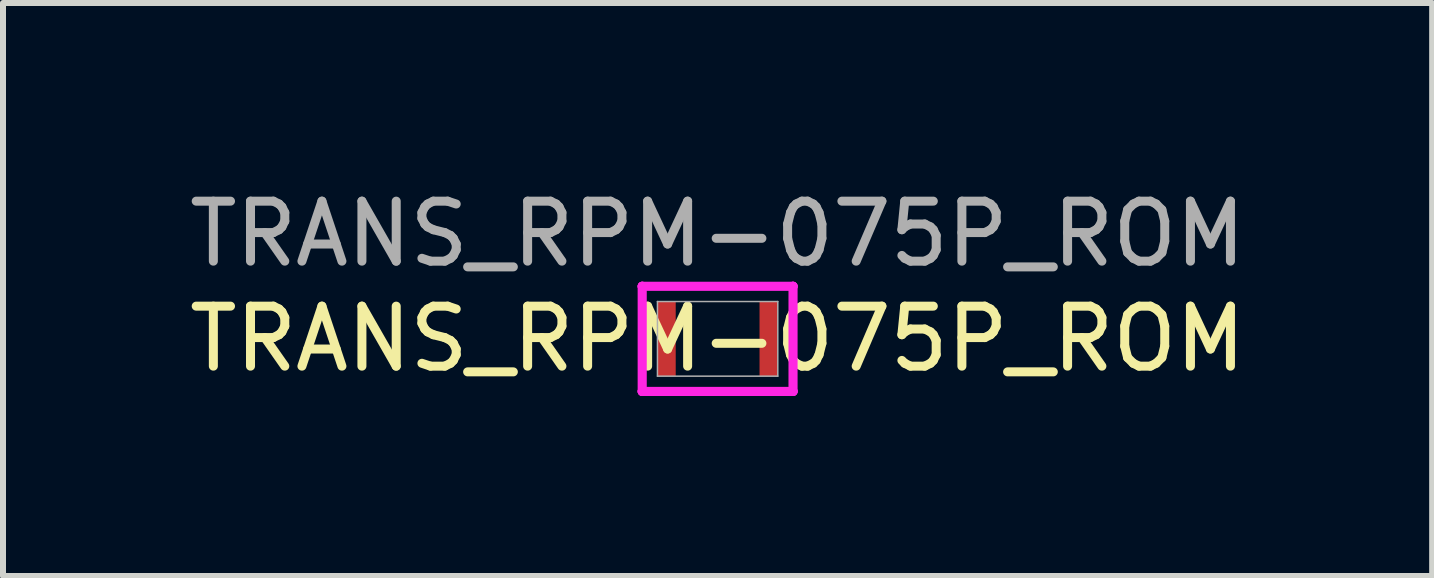
<source format=kicad_pcb>
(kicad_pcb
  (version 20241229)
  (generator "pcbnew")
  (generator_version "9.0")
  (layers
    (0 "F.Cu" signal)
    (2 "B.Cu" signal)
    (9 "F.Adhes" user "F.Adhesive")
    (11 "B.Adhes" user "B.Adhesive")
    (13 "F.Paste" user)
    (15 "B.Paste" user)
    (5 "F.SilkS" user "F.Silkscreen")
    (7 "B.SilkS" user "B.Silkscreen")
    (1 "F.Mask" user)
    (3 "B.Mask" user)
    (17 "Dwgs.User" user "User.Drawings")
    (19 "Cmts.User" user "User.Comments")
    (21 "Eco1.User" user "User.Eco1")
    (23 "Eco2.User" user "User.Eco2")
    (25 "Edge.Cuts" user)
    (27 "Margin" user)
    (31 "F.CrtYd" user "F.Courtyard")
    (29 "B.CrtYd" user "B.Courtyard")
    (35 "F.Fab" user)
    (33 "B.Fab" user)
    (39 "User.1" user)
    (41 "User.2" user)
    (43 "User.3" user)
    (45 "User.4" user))
  (footprint "TRANS_RPM-075P_ROM"
    (layer "F.Cu")
    (at 8.911 2.598)
    (property "Reference" "TRANS_RPM-075P_ROM" (at 0 0 0) (unlocked yes) (layer "F.SilkS") (effects (font (size 1 1) (thickness 0.15))))
    (attr smd)
    (fp_line (start -1.257 -0.876) (end -1.257 -0.876) (stroke (width 0.152) (type solid)) (layer "F.CrtYd"))
    (fp_line (start -1.257 -0.876) (end -1.257 -0.876) (stroke (width 0.152) (type solid)) (layer "F.CrtYd"))
    (fp_line (start -1.257 -0.876) (end 1.257 -0.876) (stroke (width 0.152) (type solid)) (layer "F.CrtYd"))
    (fp_line (start -1.257 0.876) (end -1.257 -0.876) (stroke (width 0.152) (type solid)) (layer "F.CrtYd"))
    (fp_line (start -1.257 0.876) (end -1.257 0.876) (stroke (width 0.152) (type solid)) (layer "F.CrtYd"))
    (fp_line (start -1.257 0.876) (end -1.257 0.876) (stroke (width 0.152) (type solid)) (layer "F.CrtYd"))
    (fp_line (start 1.257 -0.876) (end 1.257 -0.876) (stroke (width 0.152) (type solid)) (layer "F.CrtYd"))
    (fp_line (start 1.257 -0.876) (end 1.257 -0.876) (stroke (width 0.152) (type solid)) (layer "F.CrtYd"))
    (fp_line (start 1.257 -0.876) (end 1.257 0.876) (stroke (width 0.152) (type solid)) (layer "F.CrtYd"))
    (fp_line (start 1.257 0.876) (end -1.257 0.876) (stroke (width 0.152) (type solid)) (layer "F.CrtYd"))
    (fp_line (start 1.257 0.876) (end 1.257 0.876) (stroke (width 0.152) (type solid)) (layer "F.CrtYd"))
    (fp_line (start 1.257 0.876) (end 1.257 0.876) (stroke (width 0.152) (type solid)) (layer "F.CrtYd"))
    (fp_line (start -1.003 -0.622) (end -1.003 0.622) (stroke (width 0.025) (type solid)) (layer "F.Fab"))
    (fp_line (start -1.003 0.622) (end 1.003 0.622) (stroke (width 0.025) (type solid)) (layer "F.Fab"))
    (fp_line (start 1.003 -0.622) (end -1.003 -0.622) (stroke (width 0.025) (type solid)) (layer "F.Fab"))
    (fp_line (start 1.003 0.622) (end 1.003 -0.622) (stroke (width 0.025) (type solid)) (layer "F.Fab"))
    (fp_text user "${REFERENCE}" (at 0 -1.75 0) (unlocked yes) (layer "F.Fab") (effects (font (size 1 1) (thickness 0.15))))
    (pad "1" smd rect (at -0.851 0) (size 0.305 1.245) (layers "F.Cu" "F.Mask" "F.Paste"))
    (pad "2" smd rect (at 0.851 0) (size 0.305 1.245) (layers "F.Cu" "F.Mask" "F.Paste"))
    (zone (net_name "") (layer "F.Cu") (hatch full 0.508) (connect_pads) (min_thickness 0.254) (filled_areas_thickness no) (keepout (tracks not_allowed) (vias not_allowed) (pads allowed) (copperpour not_allowed) (footprints allowed)) (placement (enabled no)) (fill) (polygon (pts (xy 8.263 2.027) (xy 9.558 2.027) (xy 9.558 3.17) (xy 8.263 3.17)))))
  (gr_rect
    (start -3 -3)
    (end 20.821 6.551)
    (stroke (width 0.1) (type default))
    (fill no)
    (layer "Edge.Cuts")))
</source>
